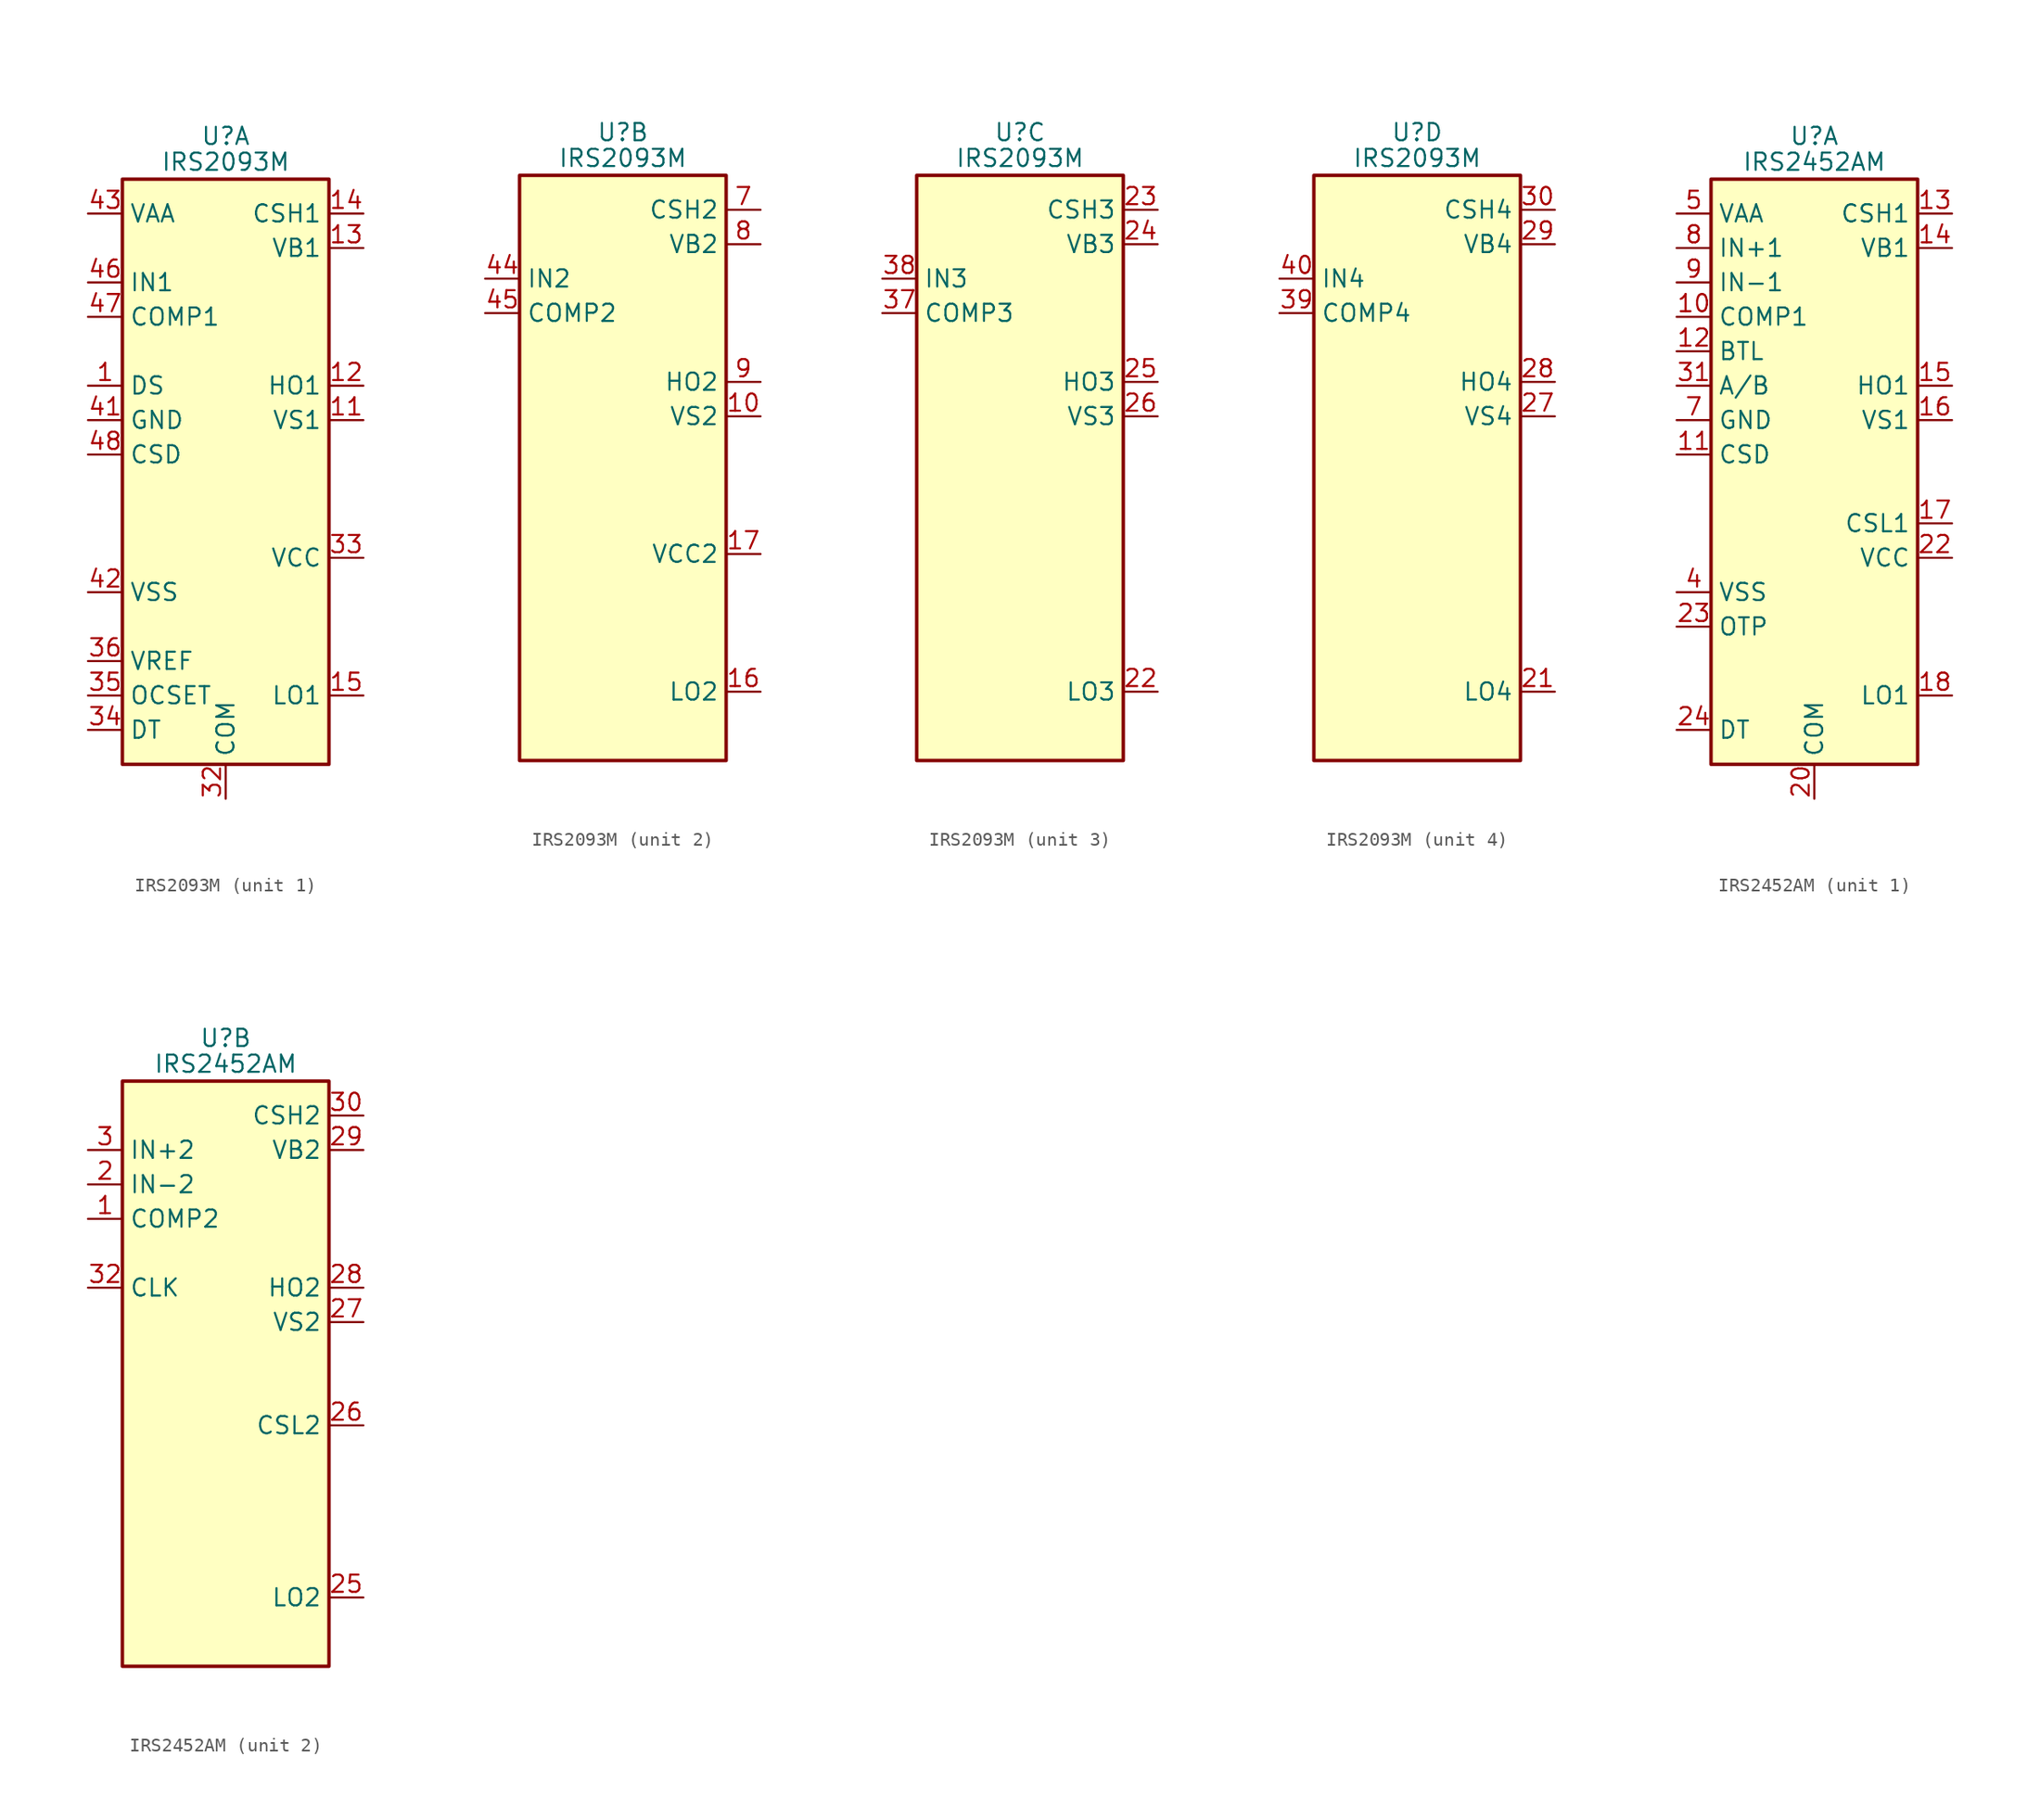
<source format=kicad_sym>
(kicad_symbol_lib
  (version 20201005)
  (generator kicad_symbol_editor)
  (symbol "Amplifier_Audio:IRS2093M"
    (property "Reference" "U"
      (at 0 26.035 0)
      (effects (font (size 1.27 1.27))))
    (property "Value" "IRS2093M"
      (at 0 24.13 0)
      (effects (font (size 1.27 1.27))))
    (property "ki_locked" ""
      (at 0 0 0)
      (effects (font (size 1.27 1.27))))
    (symbol "IRS2093M_0_1"
      (rectangle (start -7.62 -20.32) (end 7.62 22.86) (stroke (width 0.254)) (fill (type background))))
    (symbol "IRS2093M_1_1"
      (pin input line (at -10.16 7.62 0) (length 2.54) (name "DS" (effects (font (size 1.27 1.27)))) (number "1" (effects (font (size 1.27 1.27)))))
      (pin passive line (at 10.16 5.08 180) (length 2.54) (name "VS1" (effects (font (size 1.27 1.27)))) (number "11" (effects (font (size 1.27 1.27)))))
      (pin output line (at 10.16 7.62 180) (length 2.54) (name "HO1" (effects (font (size 1.27 1.27)))) (number "12" (effects (font (size 1.27 1.27)))))
      (pin power_in line (at 10.16 17.78 180) (length 2.54) (name "VB1" (effects (font (size 1.27 1.27)))) (number "13" (effects (font (size 1.27 1.27)))))
      (pin passive line (at 10.16 20.32 180) (length 2.54) (name "CSH1" (effects (font (size 1.27 1.27)))) (number "14" (effects (font (size 1.27 1.27)))))
      (pin output line (at 10.16 -15.24 180) (length 2.54) (name "LO1" (effects (font (size 1.27 1.27)))) (number "15" (effects (font (size 1.27 1.27)))))
      (pin no_connect line (at 7.62 15.24 180) (length 2.54) hide (name "NC" (effects (font (size 1.27 1.27)))) (number "18" (effects (font (size 1.27 1.27)))))
      (pin no_connect line (at 7.62 12.7 180) (length 2.54) hide (name "NC" (effects (font (size 1.27 1.27)))) (number "19" (effects (font (size 1.27 1.27)))))
      (pin no_connect line (at -7.62 17.78 0) (length 2.54) hide (name "NC" (effects (font (size 1.27 1.27)))) (number "2" (effects (font (size 1.27 1.27)))))
      (pin passive line (at 0 -22.86 90) (length 2.54) hide (name "COM" (effects (font (size 1.27 1.27)))) (number "20" (effects (font (size 1.27 1.27)))))
      (pin no_connect line (at -7.62 10.16 0) (length 2.54) hide (name "NC" (effects (font (size 1.27 1.27)))) (number "3" (effects (font (size 1.27 1.27)))))
      (pin no_connect line (at 7.62 10.16 180) (length 2.54) hide (name "NC" (effects (font (size 1.27 1.27)))) (number "31" (effects (font (size 1.27 1.27)))))
      (pin power_in line (at 0 -22.86 90) (length 2.54) (name "COM" (effects (font (size 1.27 1.27)))) (number "32" (effects (font (size 1.27 1.27)))))
      (pin power_in line (at 10.16 -5.08 180) (length 2.54) (name "VCC" (effects (font (size 1.27 1.27)))) (number "33" (effects (font (size 1.27 1.27)))))
      (pin passive line (at -10.16 -17.78 0) (length 2.54) (name "DT" (effects (font (size 1.27 1.27)))) (number "34" (effects (font (size 1.27 1.27)))))
      (pin passive line (at -10.16 -15.24 0) (length 2.54) (name "OCSET" (effects (font (size 1.27 1.27)))) (number "35" (effects (font (size 1.27 1.27)))))
      (pin power_out line (at -10.16 -12.7 0) (length 2.54) (name "VREF" (effects (font (size 1.27 1.27)))) (number "36" (effects (font (size 1.27 1.27)))))
      (pin no_connect line (at -7.62 0 0) (length 2.54) hide (name "NC" (effects (font (size 1.27 1.27)))) (number "4" (effects (font (size 1.27 1.27)))))
      (pin power_in line (at -10.16 5.08 0) (length 2.54) (name "GND" (effects (font (size 1.27 1.27)))) (number "41" (effects (font (size 1.27 1.27)))))
      (pin power_in line (at -10.16 -7.62 0) (length 2.54) (name "VSS" (effects (font (size 1.27 1.27)))) (number "42" (effects (font (size 1.27 1.27)))))
      (pin power_in line (at -10.16 20.32 0) (length 2.54) (name "VAA" (effects (font (size 1.27 1.27)))) (number "43" (effects (font (size 1.27 1.27)))))
      (pin input line (at -10.16 15.24 0) (length 2.54) (name "IN1" (effects (font (size 1.27 1.27)))) (number "46" (effects (font (size 1.27 1.27)))))
      (pin output line (at -10.16 12.7 0) (length 2.54) (name "COMP1" (effects (font (size 1.27 1.27)))) (number "47" (effects (font (size 1.27 1.27)))))
      (pin passive line (at -10.16 2.54 0) (length 2.54) (name "CSD" (effects (font (size 1.27 1.27)))) (number "48" (effects (font (size 1.27 1.27)))))
      (pin passive line (at 0 -22.86 90) (length 2.54) hide (name "COM" (effects (font (size 1.27 1.27)))) (number "49" (effects (font (size 1.27 1.27)))))
      (pin no_connect line (at -7.62 -2.54 0) (length 2.54) hide (name "NC" (effects (font (size 1.27 1.27)))) (number "5" (effects (font (size 1.27 1.27)))))
      (pin no_connect line (at -7.62 -5.08 0) (length 2.54) hide (name "NC" (effects (font (size 1.27 1.27)))) (number "6" (effects (font (size 1.27 1.27))))))
    (symbol "IRS2093M_2_1"
      (pin passive line (at 10.16 5.08 180) (length 2.54) (name "VS2" (effects (font (size 1.27 1.27)))) (number "10" (effects (font (size 1.27 1.27)))))
      (pin output line (at 10.16 -15.24 180) (length 2.54) (name "LO2" (effects (font (size 1.27 1.27)))) (number "16" (effects (font (size 1.27 1.27)))))
      (pin power_in line (at 10.16 -5.08 180) (length 2.54) (name "VCC2" (effects (font (size 1.27 1.27)))) (number "17" (effects (font (size 1.27 1.27)))))
      (pin input line (at -10.16 15.24 0) (length 2.54) (name "IN2" (effects (font (size 1.27 1.27)))) (number "44" (effects (font (size 1.27 1.27)))))
      (pin output line (at -10.16 12.7 0) (length 2.54) (name "COMP2" (effects (font (size 1.27 1.27)))) (number "45" (effects (font (size 1.27 1.27)))))
      (pin passive line (at 10.16 20.32 180) (length 2.54) (name "CSH2" (effects (font (size 1.27 1.27)))) (number "7" (effects (font (size 1.27 1.27)))))
      (pin power_in line (at 10.16 17.78 180) (length 2.54) (name "VB2" (effects (font (size 1.27 1.27)))) (number "8" (effects (font (size 1.27 1.27)))))
      (pin output line (at 10.16 7.62 180) (length 2.54) (name "HO2" (effects (font (size 1.27 1.27)))) (number "9" (effects (font (size 1.27 1.27))))))
    (symbol "IRS2093M_3_1"
      (pin output line (at 10.16 -15.24 180) (length 2.54) (name "LO3" (effects (font (size 1.27 1.27)))) (number "22" (effects (font (size 1.27 1.27)))))
      (pin passive line (at 10.16 20.32 180) (length 2.54) (name "CSH3" (effects (font (size 1.27 1.27)))) (number "23" (effects (font (size 1.27 1.27)))))
      (pin power_in line (at 10.16 17.78 180) (length 2.54) (name "VB3" (effects (font (size 1.27 1.27)))) (number "24" (effects (font (size 1.27 1.27)))))
      (pin output line (at 10.16 7.62 180) (length 2.54) (name "HO3" (effects (font (size 1.27 1.27)))) (number "25" (effects (font (size 1.27 1.27)))))
      (pin passive line (at 10.16 5.08 180) (length 2.54) (name "VS3" (effects (font (size 1.27 1.27)))) (number "26" (effects (font (size 1.27 1.27)))))
      (pin output line (at -10.16 12.7 0) (length 2.54) (name "COMP3" (effects (font (size 1.27 1.27)))) (number "37" (effects (font (size 1.27 1.27)))))
      (pin input line (at -10.16 15.24 0) (length 2.54) (name "IN3" (effects (font (size 1.27 1.27)))) (number "38" (effects (font (size 1.27 1.27))))))
    (symbol "IRS2093M_4_1"
      (pin output line (at 10.16 -15.24 180) (length 2.54) (name "LO4" (effects (font (size 1.27 1.27)))) (number "21" (effects (font (size 1.27 1.27)))))
      (pin passive line (at 10.16 5.08 180) (length 2.54) (name "VS4" (effects (font (size 1.27 1.27)))) (number "27" (effects (font (size 1.27 1.27)))))
      (pin output line (at 10.16 7.62 180) (length 2.54) (name "HO4" (effects (font (size 1.27 1.27)))) (number "28" (effects (font (size 1.27 1.27)))))
      (pin power_in line (at 10.16 17.78 180) (length 2.54) (name "VB4" (effects (font (size 1.27 1.27)))) (number "29" (effects (font (size 1.27 1.27)))))
      (pin passive line (at 10.16 20.32 180) (length 2.54) (name "CSH4" (effects (font (size 1.27 1.27)))) (number "30" (effects (font (size 1.27 1.27)))))
      (pin output line (at -10.16 12.7 0) (length 2.54) (name "COMP4" (effects (font (size 1.27 1.27)))) (number "39" (effects (font (size 1.27 1.27)))))
      (pin input line (at -10.16 15.24 0) (length 2.54) (name "IN4" (effects (font (size 1.27 1.27)))) (number "40" (effects (font (size 1.27 1.27)))))))
  (symbol "Amplifier_Audio:IRS2452AM"
    (property "Reference" "U"
      (at 0 26.035 0)
      (effects (font (size 1.27 1.27))))
    (property "Value" "IRS2452AM"
      (at 0 24.13 0)
      (effects (font (size 1.27 1.27))))
    (property "ki_locked" ""
      (at 0 0 0)
      (effects (font (size 1.27 1.27))))
    (symbol "IRS2452AM_0_1"
      (rectangle (start -7.62 -20.32) (end 7.62 22.86) (stroke (width 0.254)) (fill (type background))))
    (symbol "IRS2452AM_1_1"
      (pin output line (at -10.16 12.7 0) (length 2.54) (name "COMP1" (effects (font (size 1.27 1.27)))) (number "10" (effects (font (size 1.27 1.27)))))
      (pin passive line (at -10.16 2.54 0) (length 2.54) (name "CSD" (effects (font (size 1.27 1.27)))) (number "11" (effects (font (size 1.27 1.27)))))
      (pin input line (at -10.16 10.16 0) (length 2.54) (name "BTL" (effects (font (size 1.27 1.27)))) (number "12" (effects (font (size 1.27 1.27)))))
      (pin passive line (at 10.16 20.32 180) (length 2.54) (name "CSH1" (effects (font (size 1.27 1.27)))) (number "13" (effects (font (size 1.27 1.27)))))
      (pin power_in line (at 10.16 17.78 180) (length 2.54) (name "VB1" (effects (font (size 1.27 1.27)))) (number "14" (effects (font (size 1.27 1.27)))))
      (pin output line (at 10.16 7.62 180) (length 2.54) (name "HO1" (effects (font (size 1.27 1.27)))) (number "15" (effects (font (size 1.27 1.27)))))
      (pin passive line (at 10.16 5.08 180) (length 2.54) (name "VS1" (effects (font (size 1.27 1.27)))) (number "16" (effects (font (size 1.27 1.27)))))
      (pin passive line (at 10.16 -2.54 180) (length 2.54) (name "CSL1" (effects (font (size 1.27 1.27)))) (number "17" (effects (font (size 1.27 1.27)))))
      (pin output line (at 10.16 -15.24 180) (length 2.54) (name "LO1" (effects (font (size 1.27 1.27)))) (number "18" (effects (font (size 1.27 1.27)))))
      (pin no_connect line (at -7.62 -2.54 0) (length 2.54) hide (name "NC" (effects (font (size 1.27 1.27)))) (number "19" (effects (font (size 1.27 1.27)))))
      (pin power_in line (at 0 -22.86 90) (length 2.54) (name "COM" (effects (font (size 1.27 1.27)))) (number "20" (effects (font (size 1.27 1.27)))))
      (pin no_connect line (at -7.62 -5.08 0) (length 2.54) hide (name "NC" (effects (font (size 1.27 1.27)))) (number "21" (effects (font (size 1.27 1.27)))))
      (pin power_in line (at 10.16 -5.08 180) (length 2.54) (name "VCC" (effects (font (size 1.27 1.27)))) (number "22" (effects (font (size 1.27 1.27)))))
      (pin passive line (at -10.16 -10.16 0) (length 2.54) (name "OTP" (effects (font (size 1.27 1.27)))) (number "23" (effects (font (size 1.27 1.27)))))
      (pin passive line (at -10.16 -17.78 0) (length 2.54) (name "DT" (effects (font (size 1.27 1.27)))) (number "24" (effects (font (size 1.27 1.27)))))
      (pin input line (at -10.16 7.62 0) (length 2.54) (name "A/B" (effects (font (size 1.27 1.27)))) (number "31" (effects (font (size 1.27 1.27)))))
      (pin passive line (at 0 -22.86 90) (length 2.54) hide (name "COM" (effects (font (size 1.27 1.27)))) (number "33" (effects (font (size 1.27 1.27)))))
      (pin power_in line (at -10.16 -7.62 0) (length 2.54) (name "VSS" (effects (font (size 1.27 1.27)))) (number "4" (effects (font (size 1.27 1.27)))))
      (pin power_in line (at -10.16 20.32 0) (length 2.54) (name "VAA" (effects (font (size 1.27 1.27)))) (number "5" (effects (font (size 1.27 1.27)))))
      (pin no_connect line (at -7.62 0 0) (length 2.54) hide (name "NC" (effects (font (size 1.27 1.27)))) (number "6" (effects (font (size 1.27 1.27)))))
      (pin power_in line (at -10.16 5.08 0) (length 2.54) (name "GND" (effects (font (size 1.27 1.27)))) (number "7" (effects (font (size 1.27 1.27)))))
      (pin input line (at -10.16 17.78 0) (length 2.54) (name "IN+1" (effects (font (size 1.27 1.27)))) (number "8" (effects (font (size 1.27 1.27)))))
      (pin input line (at -10.16 15.24 0) (length 2.54) (name "IN-1" (effects (font (size 1.27 1.27)))) (number "9" (effects (font (size 1.27 1.27))))))
    (symbol "IRS2452AM_2_1"
      (pin output line (at -10.16 12.7 0) (length 2.54) (name "COMP2" (effects (font (size 1.27 1.27)))) (number "1" (effects (font (size 1.27 1.27)))))
      (pin input line (at -10.16 15.24 0) (length 2.54) (name "IN-2" (effects (font (size 1.27 1.27)))) (number "2" (effects (font (size 1.27 1.27)))))
      (pin output line (at 10.16 -15.24 180) (length 2.54) (name "LO2" (effects (font (size 1.27 1.27)))) (number "25" (effects (font (size 1.27 1.27)))))
      (pin passive line (at 10.16 -2.54 180) (length 2.54) (name "CSL2" (effects (font (size 1.27 1.27)))) (number "26" (effects (font (size 1.27 1.27)))))
      (pin passive line (at 10.16 5.08 180) (length 2.54) (name "VS2" (effects (font (size 1.27 1.27)))) (number "27" (effects (font (size 1.27 1.27)))))
      (pin output line (at 10.16 7.62 180) (length 2.54) (name "HO2" (effects (font (size 1.27 1.27)))) (number "28" (effects (font (size 1.27 1.27)))))
      (pin power_in line (at 10.16 17.78 180) (length 2.54) (name "VB2" (effects (font (size 1.27 1.27)))) (number "29" (effects (font (size 1.27 1.27)))))
      (pin input line (at -10.16 17.78 0) (length 2.54) (name "IN+2" (effects (font (size 1.27 1.27)))) (number "3" (effects (font (size 1.27 1.27)))))
      (pin passive line (at 10.16 20.32 180) (length 2.54) (name "CSH2" (effects (font (size 1.27 1.27)))) (number "30" (effects (font (size 1.27 1.27)))))
      (pin input line (at -10.16 7.62 0) (length 2.54) (name "CLK" (effects (font (size 1.27 1.27)))) (number "32" (effects (font (size 1.27 1.27))))))))
</source>
